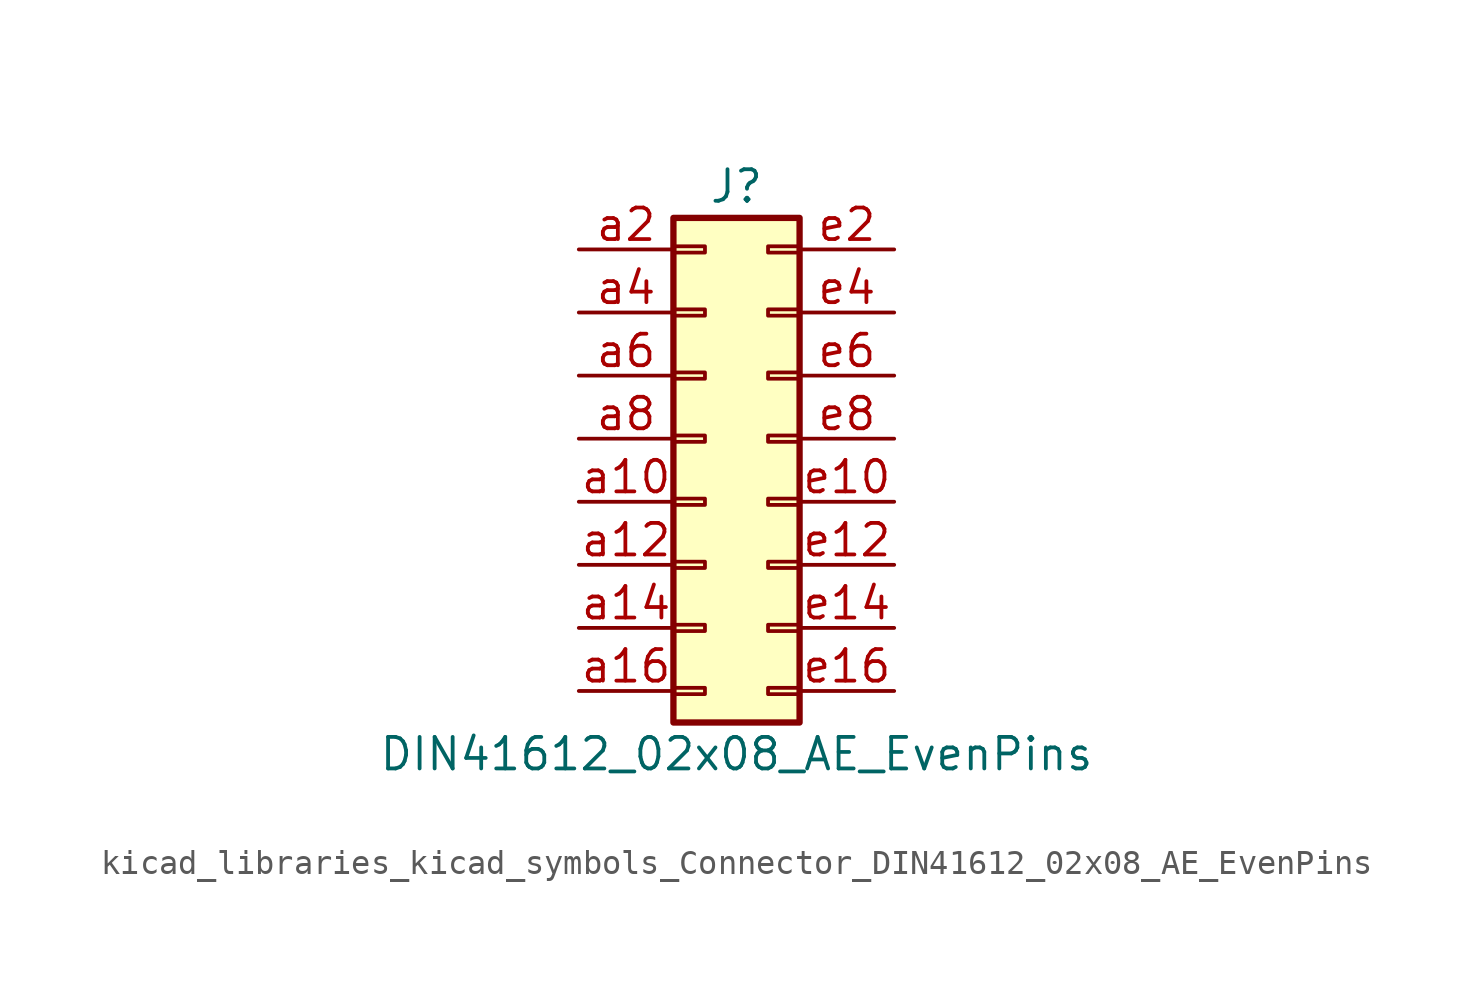
<source format=kicad_sym>
(kicad_symbol_lib
  (version 20220914)
  (generator kicad_symbol_editor)
  (symbol "kicad_libraries_kicad_symbols_Connector_DIN41612_02x08_AE_EvenPins"
    (pin_names
      (offset 1.016) hide)
    (property "Reference" "J"
      (at 1.27 10.16 0)
      (effects (font (size 1.27 1.27))))
    (property "Value" "DIN41612_02x08_AE_EvenPins"
      (at 1.27 -12.7 0)
      (effects (font (size 1.27 1.27))))
    (symbol "kicad_libraries_kicad_symbols_Connector_DIN41612_02x08_AE_EvenPins_1_1"
      (rectangle (start -1.27 -10.033) (end 0 -10.287) (stroke (width 0.152) (type default)) (fill (type none)))
      (rectangle (start -1.27 -7.493) (end 0 -7.747) (stroke (width 0.152) (type default)) (fill (type none)))
      (rectangle (start -1.27 -4.953) (end 0 -5.207) (stroke (width 0.152) (type default)) (fill (type none)))
      (rectangle (start -1.27 -2.413) (end 0 -2.667) (stroke (width 0.152) (type default)) (fill (type none)))
      (rectangle (start -1.27 0.127) (end 0 -0.127) (stroke (width 0.152) (type default)) (fill (type none)))
      (rectangle (start -1.27 2.667) (end 0 2.413) (stroke (width 0.152) (type default)) (fill (type none)))
      (rectangle (start -1.27 5.207) (end 0 4.953) (stroke (width 0.152) (type default)) (fill (type none)))
      (rectangle (start -1.27 7.747) (end 0 7.493) (stroke (width 0.152) (type default)) (fill (type none)))
      (rectangle (start -1.27 8.89) (end 3.81 -11.43) (stroke (width 0.254) (type default)) (fill (type background)))
      (rectangle (start 3.81 -10.033) (end 2.54 -10.287) (stroke (width 0.152) (type default)) (fill (type none)))
      (rectangle (start 3.81 -7.493) (end 2.54 -7.747) (stroke (width 0.152) (type default)) (fill (type none)))
      (rectangle (start 3.81 -4.953) (end 2.54 -5.207) (stroke (width 0.152) (type default)) (fill (type none)))
      (rectangle (start 3.81 -2.413) (end 2.54 -2.667) (stroke (width 0.152) (type default)) (fill (type none)))
      (rectangle (start 3.81 0.127) (end 2.54 -0.127) (stroke (width 0.152) (type default)) (fill (type none)))
      (rectangle (start 3.81 2.667) (end 2.54 2.413) (stroke (width 0.152) (type default)) (fill (type none)))
      (rectangle (start 3.81 5.207) (end 2.54 4.953) (stroke (width 0.152) (type default)) (fill (type none)))
      (rectangle (start 3.81 7.747) (end 2.54 7.493) (stroke (width 0.152) (type default)) (fill (type none)))
      (pin passive line (at -5.08 -2.54 0) (length 3.81) (name "Pin_a10" (effects (font (size 1.27 1.27)))) (number "a10" (effects (font (size 1.27 1.27)))))
      (pin passive line (at -5.08 -5.08 0) (length 3.81) (name "Pin_a12" (effects (font (size 1.27 1.27)))) (number "a12" (effects (font (size 1.27 1.27)))))
      (pin passive line (at -5.08 -7.62 0) (length 3.81) (name "Pin_a14" (effects (font (size 1.27 1.27)))) (number "a14" (effects (font (size 1.27 1.27)))))
      (pin passive line (at -5.08 -10.16 0) (length 3.81) (name "Pin_a16" (effects (font (size 1.27 1.27)))) (number "a16" (effects (font (size 1.27 1.27)))))
      (pin passive line (at -5.08 7.62 0) (length 3.81) (name "Pin_a2" (effects (font (size 1.27 1.27)))) (number "a2" (effects (font (size 1.27 1.27)))))
      (pin passive line (at -5.08 5.08 0) (length 3.81) (name "Pin_a4" (effects (font (size 1.27 1.27)))) (number "a4" (effects (font (size 1.27 1.27)))))
      (pin passive line (at -5.08 2.54 0) (length 3.81) (name "Pin_a6" (effects (font (size 1.27 1.27)))) (number "a6" (effects (font (size 1.27 1.27)))))
      (pin passive line (at -5.08 0 0) (length 3.81) (name "Pin_a8" (effects (font (size 1.27 1.27)))) (number "a8" (effects (font (size 1.27 1.27)))))
      (pin passive line (at 7.62 -2.54 180) (length 3.81) (name "Pin_e10" (effects (font (size 1.27 1.27)))) (number "e10" (effects (font (size 1.27 1.27)))))
      (pin passive line (at 7.62 -5.08 180) (length 3.81) (name "Pin_e12" (effects (font (size 1.27 1.27)))) (number "e12" (effects (font (size 1.27 1.27)))))
      (pin passive line (at 7.62 -7.62 180) (length 3.81) (name "Pin_e14" (effects (font (size 1.27 1.27)))) (number "e14" (effects (font (size 1.27 1.27)))))
      (pin passive line (at 7.62 -10.16 180) (length 3.81) (name "Pin_e16" (effects (font (size 1.27 1.27)))) (number "e16" (effects (font (size 1.27 1.27)))))
      (pin passive line (at 7.62 7.62 180) (length 3.81) (name "Pin_e2" (effects (font (size 1.27 1.27)))) (number "e2" (effects (font (size 1.27 1.27)))))
      (pin passive line (at 7.62 5.08 180) (length 3.81) (name "Pin_e4" (effects (font (size 1.27 1.27)))) (number "e4" (effects (font (size 1.27 1.27)))))
      (pin passive line (at 7.62 2.54 180) (length 3.81) (name "Pin_e6" (effects (font (size 1.27 1.27)))) (number "e6" (effects (font (size 1.27 1.27)))))
      (pin passive line (at 7.62 0 180) (length 3.81) (name "Pin_e8" (effects (font (size 1.27 1.27)))) (number "e8" (effects (font (size 1.27 1.27))))))))
</source>
